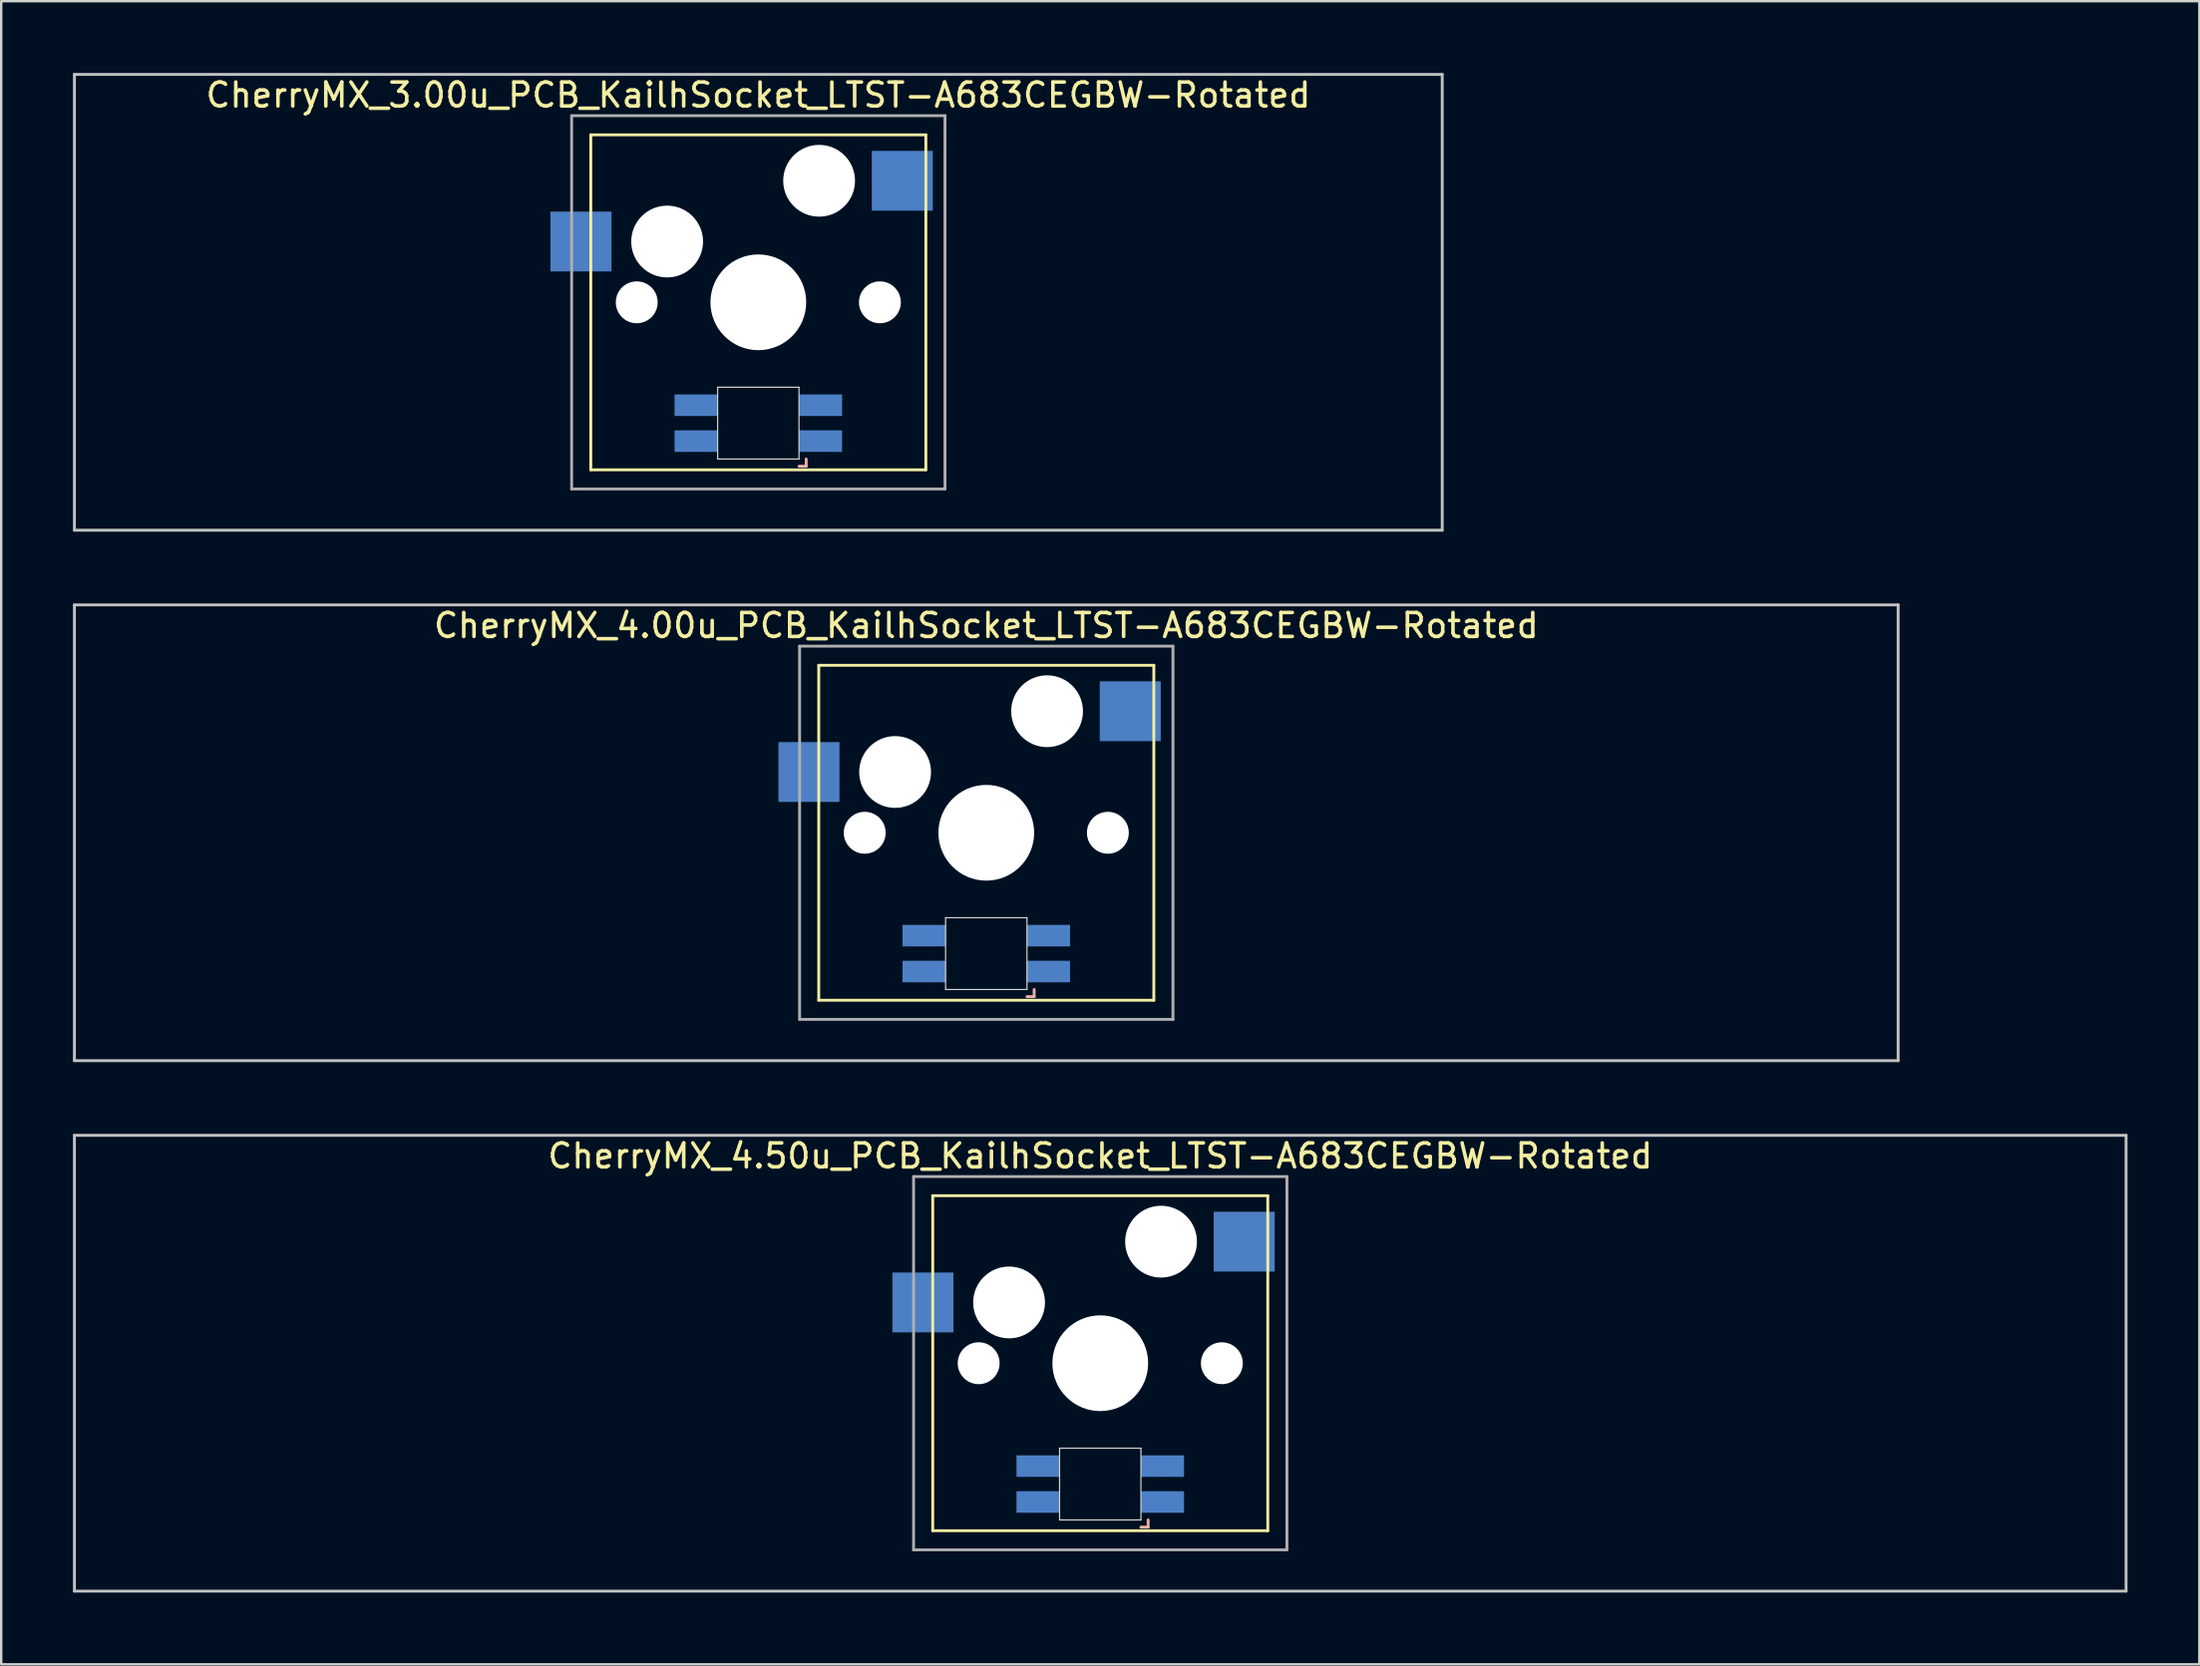
<source format=kicad_pcb>
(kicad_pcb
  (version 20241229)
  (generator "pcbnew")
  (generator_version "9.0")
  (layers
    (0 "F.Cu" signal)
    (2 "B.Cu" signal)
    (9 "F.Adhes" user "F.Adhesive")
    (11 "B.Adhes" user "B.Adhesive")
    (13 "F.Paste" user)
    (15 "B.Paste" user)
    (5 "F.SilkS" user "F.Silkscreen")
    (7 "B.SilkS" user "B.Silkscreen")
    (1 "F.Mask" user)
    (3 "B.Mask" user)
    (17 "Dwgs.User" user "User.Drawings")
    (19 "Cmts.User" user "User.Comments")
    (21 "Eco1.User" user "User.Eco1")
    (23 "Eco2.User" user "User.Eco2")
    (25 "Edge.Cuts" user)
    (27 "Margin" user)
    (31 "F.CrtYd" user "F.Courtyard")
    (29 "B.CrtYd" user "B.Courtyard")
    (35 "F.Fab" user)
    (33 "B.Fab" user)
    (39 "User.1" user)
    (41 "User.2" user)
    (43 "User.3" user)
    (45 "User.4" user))
  (footprint "CherryMX_3.00u_PCB_KailhSocket_LTST-A683CEGBW-Rotated"
    (layer "F.Cu")
    (at 28.635 9.585)
    (property "Reference" "CherryMX_3.00u_PCB_KailhSocket_LTST-A683CEGBW-Rotated" (at 0 -8.662 0) (layer "F.SilkS") (effects (font (size 1 1) (thickness 0.15))))
    (attr through_hole)
    (fp_line (start -7 -7) (end -7 7) (stroke (width 0.12) (type solid)) (layer "F.SilkS"))
    (fp_line (start -7 -7) (end 7 -7) (stroke (width 0.12) (type solid)) (layer "F.SilkS"))
    (fp_line (start 7 -7) (end 7 7) (stroke (width 0.12) (type solid)) (layer "F.SilkS"))
    (fp_line (start 7 7) (end -7 7) (stroke (width 0.12) (type solid)) (layer "F.SilkS"))
    (fp_line (start 1.7 6.85) (end 2 6.85) (stroke (width 0.12) (type solid)) (layer "B.SilkS"))
    (fp_line (start 2 6.85) (end 2 6.55) (stroke (width 0.12) (type solid)) (layer "B.SilkS"))
    (fp_line (start -28.575 -9.525) (end 28.575 -9.525) (stroke (width 0.12) (type solid)) (layer "Dwgs.User"))
    (fp_line (start -28.575 9.525) (end -28.575 -9.525) (stroke (width 0.12) (type solid)) (layer "Dwgs.User"))
    (fp_line (start 28.575 -9.525) (end 28.575 9.525) (stroke (width 0.12) (type solid)) (layer "Dwgs.User"))
    (fp_line (start 28.575 9.525) (end -28.575 9.525) (stroke (width 0.12) (type solid)) (layer "Dwgs.User"))
    (fp_line (start -1.7 3.55) (end 1.7 3.55) (stroke (width 0.05) (type solid)) (layer "Edge.Cuts"))
    (fp_line (start -1.7 6.55) (end -1.7 3.55) (stroke (width 0.05) (type solid)) (layer "Edge.Cuts"))
    (fp_line (start 1.7 3.55) (end 1.7 6.55) (stroke (width 0.05) (type solid)) (layer "Edge.Cuts"))
    (fp_line (start 1.7 6.55) (end -1.7 6.55) (stroke (width 0.05) (type solid)) (layer "Edge.Cuts"))
    (fp_line (start -7.8 -7.8) (end -7.8 7.8) (stroke (width 0.12) (type solid)) (layer "F.Fab"))
    (fp_line (start -7.8 -7.8) (end 7.8 -7.8) (stroke (width 0.12) (type solid)) (layer "F.Fab"))
    (fp_line (start -7.8 7.8) (end 7.8 7.8) (stroke (width 0.12) (type solid)) (layer "F.Fab"))
    (fp_line (start 7.8 -7.8) (end 7.8 7.8) (stroke (width 0.12) (type solid)) (layer "F.Fab"))
    (pad "" np_thru_hole circle (at -5.08 0) (size 1.75 1.75) (drill 1.75) (layers "*.Cu" "*.Mask"))
    (pad "" np_thru_hole circle (at -3.81 -2.54) (size 3 3) (drill 3) (layers "*.Cu" "*.Mask"))
    (pad "" np_thru_hole circle (at 0 0) (size 4 4) (drill 4) (layers "*.Cu" "*.Mask"))
    (pad "" np_thru_hole circle (at 2.54 -5.08) (size 3 3) (drill 3) (layers "*.Cu" "*.Mask"))
    (pad "" np_thru_hole circle (at 5.08 0) (size 1.75 1.75) (drill 1.75) (layers "*.Cu" "*.Mask"))
    (pad "1" smd rect (at -7.41 -2.54) (size 2.55 2.5) (layers "B.Cu" "B.Mask" "B.Paste"))
    (pad "2" smd rect (at 6.015 -5.08) (size 2.55 2.5) (layers "B.Cu" "B.Mask" "B.Paste"))
    (pad "3" smd rect (at 2.6 5.8) (size 1.8 0.9) (layers "B.Cu" "B.Mask" "B.Paste"))
    (pad "4" smd rect (at 2.6 4.3) (size 1.8 0.9) (layers "B.Cu" "B.Mask" "B.Paste"))
    (pad "5" smd rect (at -2.6 5.8) (size 1.8 0.9) (layers "B.Cu" "B.Mask" "B.Paste"))
    (pad "6" smd rect (at -2.6 4.3) (size 1.8 0.9) (layers "B.Cu" "B.Mask" "B.Paste")))
  (footprint "CherryMX_4.00u_PCB_KailhSocket_LTST-A683CEGBW-Rotated"
    (layer "F.Cu")
    (at 38.16 31.755)
    (property "Reference" "CherryMX_4.00u_PCB_KailhSocket_LTST-A683CEGBW-Rotated" (at 0 -8.662 0) (layer "F.SilkS") (effects (font (size 1 1) (thickness 0.15))))
    (attr through_hole)
    (fp_line (start -7 -7) (end -7 7) (stroke (width 0.12) (type solid)) (layer "F.SilkS"))
    (fp_line (start -7 -7) (end 7 -7) (stroke (width 0.12) (type solid)) (layer "F.SilkS"))
    (fp_line (start 7 -7) (end 7 7) (stroke (width 0.12) (type solid)) (layer "F.SilkS"))
    (fp_line (start 7 7) (end -7 7) (stroke (width 0.12) (type solid)) (layer "F.SilkS"))
    (fp_line (start 1.7 6.85) (end 2 6.85) (stroke (width 0.12) (type solid)) (layer "B.SilkS"))
    (fp_line (start 2 6.85) (end 2 6.55) (stroke (width 0.12) (type solid)) (layer "B.SilkS"))
    (fp_line (start -38.1 -9.525) (end 38.1 -9.525) (stroke (width 0.12) (type solid)) (layer "Dwgs.User"))
    (fp_line (start -38.1 9.525) (end -38.1 -9.525) (stroke (width 0.12) (type solid)) (layer "Dwgs.User"))
    (fp_line (start 38.1 -9.525) (end 38.1 9.525) (stroke (width 0.12) (type solid)) (layer "Dwgs.User"))
    (fp_line (start 38.1 9.525) (end -38.1 9.525) (stroke (width 0.12) (type solid)) (layer "Dwgs.User"))
    (fp_line (start -1.7 3.55) (end 1.7 3.55) (stroke (width 0.05) (type solid)) (layer "Edge.Cuts"))
    (fp_line (start -1.7 6.55) (end -1.7 3.55) (stroke (width 0.05) (type solid)) (layer "Edge.Cuts"))
    (fp_line (start 1.7 3.55) (end 1.7 6.55) (stroke (width 0.05) (type solid)) (layer "Edge.Cuts"))
    (fp_line (start 1.7 6.55) (end -1.7 6.55) (stroke (width 0.05) (type solid)) (layer "Edge.Cuts"))
    (fp_line (start -7.8 -7.8) (end -7.8 7.8) (stroke (width 0.12) (type solid)) (layer "F.Fab"))
    (fp_line (start -7.8 -7.8) (end 7.8 -7.8) (stroke (width 0.12) (type solid)) (layer "F.Fab"))
    (fp_line (start -7.8 7.8) (end 7.8 7.8) (stroke (width 0.12) (type solid)) (layer "F.Fab"))
    (fp_line (start 7.8 -7.8) (end 7.8 7.8) (stroke (width 0.12) (type solid)) (layer "F.Fab"))
    (pad "" np_thru_hole circle (at -5.08 0) (size 1.75 1.75) (drill 1.75) (layers "*.Cu" "*.Mask"))
    (pad "" np_thru_hole circle (at -3.81 -2.54) (size 3 3) (drill 3) (layers "*.Cu" "*.Mask"))
    (pad "" np_thru_hole circle (at 0 0) (size 4 4) (drill 4) (layers "*.Cu" "*.Mask"))
    (pad "" np_thru_hole circle (at 2.54 -5.08) (size 3 3) (drill 3) (layers "*.Cu" "*.Mask"))
    (pad "" np_thru_hole circle (at 5.08 0) (size 1.75 1.75) (drill 1.75) (layers "*.Cu" "*.Mask"))
    (pad "1" smd rect (at -7.41 -2.54) (size 2.55 2.5) (layers "B.Cu" "B.Mask" "B.Paste"))
    (pad "2" smd rect (at 6.015 -5.08) (size 2.55 2.5) (layers "B.Cu" "B.Mask" "B.Paste"))
    (pad "3" smd rect (at 2.6 5.8) (size 1.8 0.9) (layers "B.Cu" "B.Mask" "B.Paste"))
    (pad "4" smd rect (at 2.6 4.3) (size 1.8 0.9) (layers "B.Cu" "B.Mask" "B.Paste"))
    (pad "5" smd rect (at -2.6 5.8) (size 1.8 0.9) (layers "B.Cu" "B.Mask" "B.Paste"))
    (pad "6" smd rect (at -2.6 4.3) (size 1.8 0.9) (layers "B.Cu" "B.Mask" "B.Paste")))
  (footprint "CherryMX_4.50u_PCB_KailhSocket_LTST-A683CEGBW-Rotated"
    (layer "F.Cu")
    (at 42.922 53.925)
    (property "Reference" "CherryMX_4.50u_PCB_KailhSocket_LTST-A683CEGBW-Rotated" (at 0 -8.662 0) (layer "F.SilkS") (effects (font (size 1 1) (thickness 0.15))))
    (attr through_hole)
    (fp_line (start -7 -7) (end -7 7) (stroke (width 0.12) (type solid)) (layer "F.SilkS"))
    (fp_line (start -7 -7) (end 7 -7) (stroke (width 0.12) (type solid)) (layer "F.SilkS"))
    (fp_line (start 7 -7) (end 7 7) (stroke (width 0.12) (type solid)) (layer "F.SilkS"))
    (fp_line (start 7 7) (end -7 7) (stroke (width 0.12) (type solid)) (layer "F.SilkS"))
    (fp_line (start 1.7 6.85) (end 2 6.85) (stroke (width 0.12) (type solid)) (layer "B.SilkS"))
    (fp_line (start 2 6.85) (end 2 6.55) (stroke (width 0.12) (type solid)) (layer "B.SilkS"))
    (fp_line (start -42.862 -9.525) (end 42.862 -9.525) (stroke (width 0.12) (type solid)) (layer "Dwgs.User"))
    (fp_line (start -42.862 9.525) (end -42.862 -9.525) (stroke (width 0.12) (type solid)) (layer "Dwgs.User"))
    (fp_line (start 42.862 -9.525) (end 42.862 9.525) (stroke (width 0.12) (type solid)) (layer "Dwgs.User"))
    (fp_line (start 42.862 9.525) (end -42.862 9.525) (stroke (width 0.12) (type solid)) (layer "Dwgs.User"))
    (fp_line (start -1.7 3.55) (end 1.7 3.55) (stroke (width 0.05) (type solid)) (layer "Edge.Cuts"))
    (fp_line (start -1.7 6.55) (end -1.7 3.55) (stroke (width 0.05) (type solid)) (layer "Edge.Cuts"))
    (fp_line (start 1.7 3.55) (end 1.7 6.55) (stroke (width 0.05) (type solid)) (layer "Edge.Cuts"))
    (fp_line (start 1.7 6.55) (end -1.7 6.55) (stroke (width 0.05) (type solid)) (layer "Edge.Cuts"))
    (fp_line (start -7.8 -7.8) (end -7.8 7.8) (stroke (width 0.12) (type solid)) (layer "F.Fab"))
    (fp_line (start -7.8 -7.8) (end 7.8 -7.8) (stroke (width 0.12) (type solid)) (layer "F.Fab"))
    (fp_line (start -7.8 7.8) (end 7.8 7.8) (stroke (width 0.12) (type solid)) (layer "F.Fab"))
    (fp_line (start 7.8 -7.8) (end 7.8 7.8) (stroke (width 0.12) (type solid)) (layer "F.Fab"))
    (pad "" np_thru_hole circle (at -5.08 0) (size 1.75 1.75) (drill 1.75) (layers "*.Cu" "*.Mask"))
    (pad "" np_thru_hole circle (at -3.81 -2.54) (size 3 3) (drill 3) (layers "*.Cu" "*.Mask"))
    (pad "" np_thru_hole circle (at 0 0) (size 4 4) (drill 4) (layers "*.Cu" "*.Mask"))
    (pad "" np_thru_hole circle (at 2.54 -5.08) (size 3 3) (drill 3) (layers "*.Cu" "*.Mask"))
    (pad "" np_thru_hole circle (at 5.08 0) (size 1.75 1.75) (drill 1.75) (layers "*.Cu" "*.Mask"))
    (pad "1" smd rect (at -7.41 -2.54) (size 2.55 2.5) (layers "B.Cu" "B.Mask" "B.Paste"))
    (pad "2" smd rect (at 6.015 -5.08) (size 2.55 2.5) (layers "B.Cu" "B.Mask" "B.Paste"))
    (pad "3" smd rect (at 2.6 5.8) (size 1.8 0.9) (layers "B.Cu" "B.Mask" "B.Paste"))
    (pad "4" smd rect (at 2.6 4.3) (size 1.8 0.9) (layers "B.Cu" "B.Mask" "B.Paste"))
    (pad "5" smd rect (at -2.6 5.8) (size 1.8 0.9) (layers "B.Cu" "B.Mask" "B.Paste"))
    (pad "6" smd rect (at -2.6 4.3) (size 1.8 0.9) (layers "B.Cu" "B.Mask" "B.Paste")))
  (gr_rect
    (start -3 -3)
    (end 88.845 66.51)
    (stroke (width 0.1) (type default))
    (fill no)
    (layer "Edge.Cuts")))
</source>
